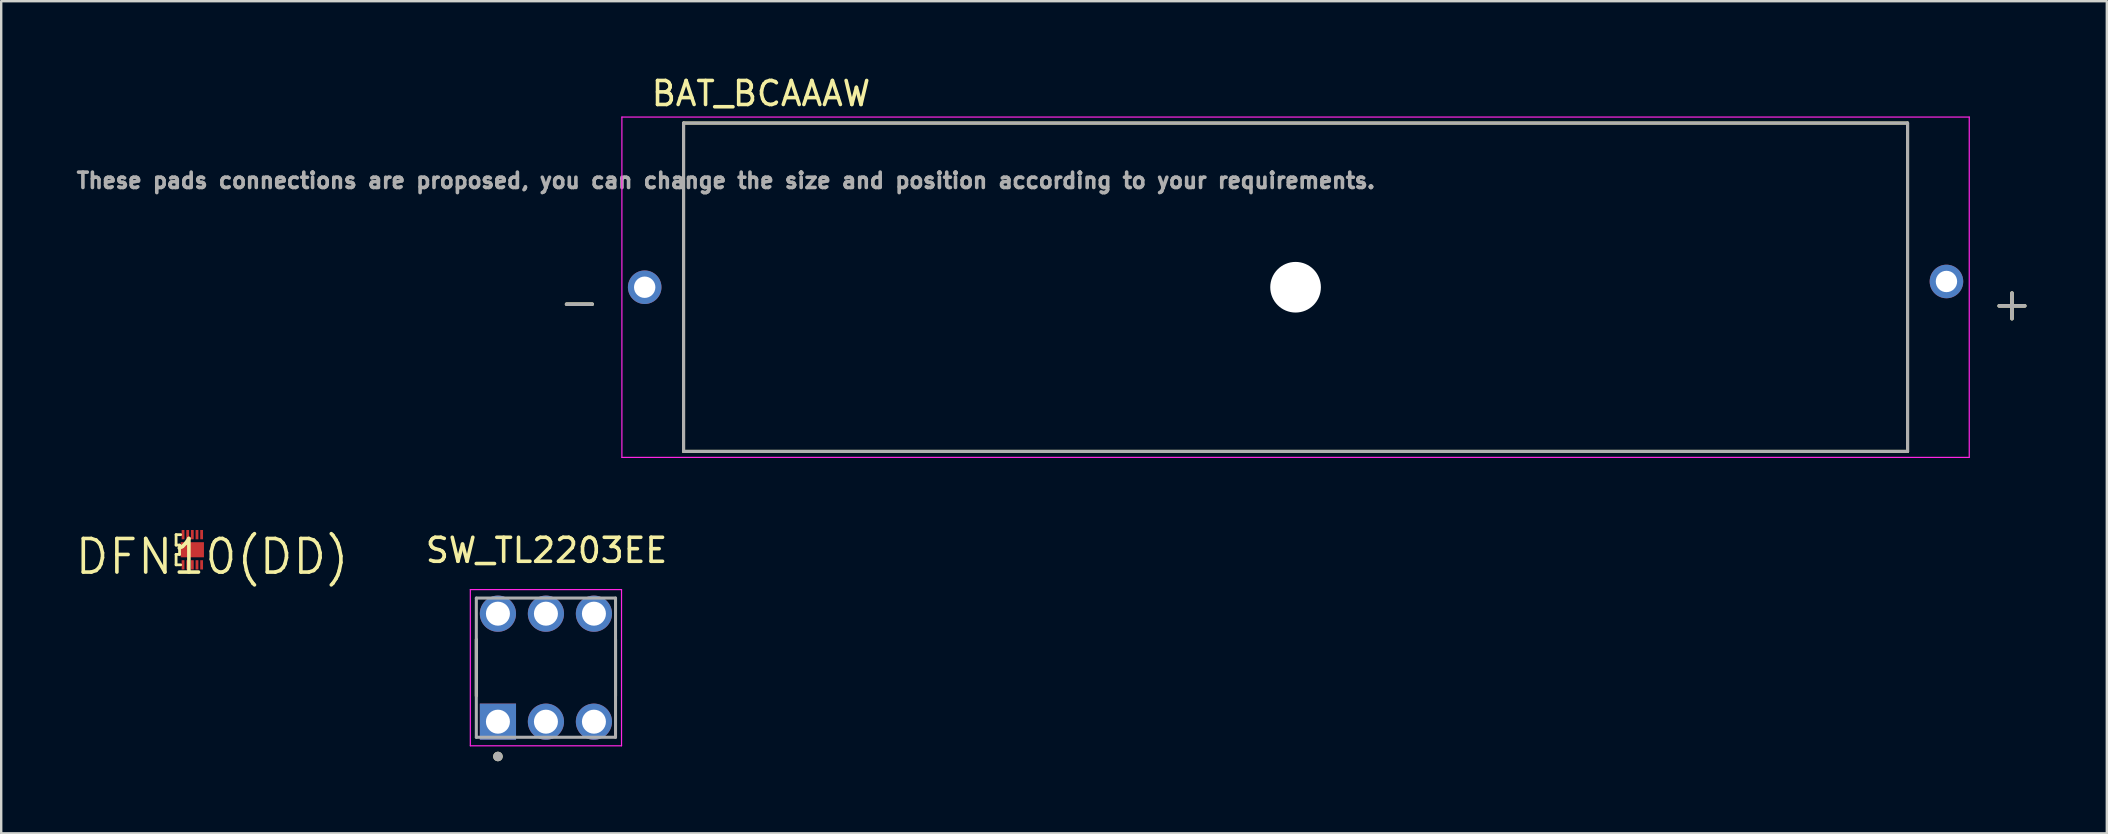
<source format=kicad_pcb>
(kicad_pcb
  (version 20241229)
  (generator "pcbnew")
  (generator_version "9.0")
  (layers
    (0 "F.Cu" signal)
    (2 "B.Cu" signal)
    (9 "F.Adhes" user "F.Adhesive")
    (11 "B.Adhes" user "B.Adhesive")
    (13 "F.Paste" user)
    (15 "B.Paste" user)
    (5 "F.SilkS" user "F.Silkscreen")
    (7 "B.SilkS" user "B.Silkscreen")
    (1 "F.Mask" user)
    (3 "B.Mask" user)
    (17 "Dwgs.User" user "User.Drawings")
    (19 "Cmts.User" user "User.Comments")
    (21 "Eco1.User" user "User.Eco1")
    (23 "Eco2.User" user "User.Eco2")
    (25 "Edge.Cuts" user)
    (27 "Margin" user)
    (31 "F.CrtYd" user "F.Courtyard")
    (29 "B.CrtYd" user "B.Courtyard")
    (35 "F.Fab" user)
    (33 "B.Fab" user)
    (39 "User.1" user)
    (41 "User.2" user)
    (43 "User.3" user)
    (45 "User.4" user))
  (footprint "DFN10(DD)"
    (layer "F.Cu")
    (at 4.964 19.856)
    (property "Reference" "DFN10(DD)" (at 0.823 0.29 0) (layer "F.SilkS") (effects (font (size 1.4 1.4) (thickness 0.15))))
    (attr through_hole)
    (fp_line (start -0.677 -0.629) (end -0.677 -0.194) (stroke (width 0.116) (type solid)) (layer "F.SilkS"))
    (fp_line (start -0.677 -0.194) (end -0.532 -0.194) (stroke (width 0.116) (type solid)) (layer "F.SilkS"))
    (fp_line (start -0.677 0.194) (end -0.677 0.629) (stroke (width 0.116) (type solid)) (layer "F.SilkS"))
    (fp_line (start -0.677 0.629) (end -0.484 0.629) (stroke (width 0.116) (type solid)) (layer "F.SilkS"))
    (fp_line (start -0.532 -0.194) (end -0.532 0.194) (stroke (width 0.116) (type solid)) (layer "F.SilkS"))
    (fp_line (start -0.532 0.194) (end -0.677 0.194) (stroke (width 0.116) (type solid)) (layer "F.SilkS"))
    (fp_line (start -0.484 -0.629) (end -0.677 -0.629) (stroke (width 0.116) (type solid)) (layer "F.SilkS"))
    (pad "1" smd rect (at -0.387 0.629 90) (size 0.387 0.116) (layers "F.Cu" "F.Mask" "F.Paste"))
    (pad "2" smd rect (at -0.194 0.629 90) (size 0.387 0.116) (layers "F.Cu" "F.Mask" "F.Paste"))
    (pad "3" smd rect (at 0 0.629 90) (size 0.387 0.116) (layers "F.Cu" "F.Mask" "F.Paste"))
    (pad "4" smd rect (at 0.194 0.629 90) (size 0.387 0.116) (layers "F.Cu" "F.Mask" "F.Paste"))
    (pad "5" smd rect (at 0.387 0.629 90) (size 0.387 0.116) (layers "F.Cu" "F.Mask" "F.Paste"))
    (pad "6" smd rect (at 0.387 -0.629 90) (size 0.387 0.116) (layers "F.Cu" "F.Mask" "F.Paste"))
    (pad "7" smd rect (at 0.194 -0.629 90) (size 0.387 0.116) (layers "F.Cu" "F.Mask" "F.Paste"))
    (pad "8" smd rect (at 0 -0.629 90) (size 0.387 0.116) (layers "F.Cu" "F.Mask" "F.Paste"))
    (pad "9" smd rect (at -0.194 -0.629 90) (size 0.387 0.116) (layers "F.Cu" "F.Mask" "F.Paste"))
    (pad "10" smd rect (at -0.387 -0.629 90) (size 0.387 0.116) (layers "F.Cu" "F.Mask" "F.Paste"))
    (pad "11" smd rect (at 0 0) (size 0.968 0.629) (layers "F.Cu" "F.Mask" "F.Paste")))
  (footprint "BAT_BCAAAW"
    (layer "F.Cu")
    (at 50.932 8.918)
    (property "Reference" "BAT_BCAAAW" (at -22.275 -8.07 0) (layer "F.SilkS") (effects (font (size 1 1) (thickness 0.15))))
    (attr through_hole)
    (fp_line (start -25.5 -6.84) (end -25.5 6.84) (stroke (width 0.127) (type solid)) (layer "F.SilkS"))
    (fp_line (start -25.5 6.84) (end 25.5 6.84) (stroke (width 0.127) (type solid)) (layer "F.SilkS"))
    (fp_line (start 25.5 -6.84) (end -25.5 -6.84) (stroke (width 0.127) (type solid)) (layer "F.SilkS"))
    (fp_line (start 25.5 6.84) (end 25.5 -6.84) (stroke (width 0.127) (type solid)) (layer "F.SilkS"))
    (fp_line (start -28.07 -7.09) (end -28.07 7.09) (stroke (width 0.05) (type solid)) (layer "F.CrtYd"))
    (fp_line (start -28.07 7.09) (end 28.07 7.09) (stroke (width 0.05) (type solid)) (layer "F.CrtYd"))
    (fp_line (start 28.07 -7.09) (end -28.07 -7.09) (stroke (width 0.05) (type solid)) (layer "F.CrtYd"))
    (fp_line (start 28.07 7.09) (end 28.07 -7.09) (stroke (width 0.05) (type solid)) (layer "F.CrtYd"))
    (fp_line (start -25.5 -6.84) (end -25.5 6.84) (stroke (width 0.127) (type solid)) (layer "F.Fab"))
    (fp_line (start -25.5 6.84) (end 25.5 6.84) (stroke (width 0.127) (type solid)) (layer "F.Fab"))
    (fp_line (start 25.5 -6.84) (end -25.5 -6.84) (stroke (width 0.127) (type solid)) (layer "F.Fab"))
    (fp_line (start 25.5 6.84) (end 25.5 -6.84) (stroke (width 0.127) (type solid)) (layer "F.Fab"))
    (fp_text user "+" (at 29.85 0.67 0) (layer "F.SilkS") (effects (font (size 1.4 1.4) (thickness 0.15))))
    (fp_text user "-" (at -29.84 0.6 0) (layer "F.SilkS") (effects (font (size 1.4 1.4) (thickness 0.15))))
    (fp_text user "These pads connections are proposed, you can change the size and position according to your requirements. " (at -23.495 -4.445 0) (layer "F.Fab") (effects (font (size 0.64 0.64) (thickness 0.15))))
    (fp_text user "+" (at 29.85 0.67 0) (layer "F.Fab") (effects (font (size 1.4 1.4) (thickness 0.15))))
    (fp_text user "-" (at -29.84 0.6 0) (layer "F.Fab") (effects (font (size 1.4 1.4) (thickness 0.15))))
    (pad "" np_thru_hole circle (at 0 0) (size 2.11 2.11) (drill 2.11) (layers "*.Cu" "*.Mask"))
    (pad "1" thru_hole circle (at 27.12 -0.24) (size 1.398 1.398) (drill 0.89) (layers "*.Cu" "*.Mask"))
    (pad "2" thru_hole circle (at -27.12 0) (size 1.398 1.398) (drill 0.89) (layers "*.Cu" "*.Mask")))
  (footprint "SW_TL2203EE"
    (layer "F.Cu")
    (at 19.697 24.77)
    (property "Reference" "SW_TL2203EE" (at 0.025 -4.889 0) (layer "F.SilkS") (effects (font (size 1 1) (thickness 0.15))))
    (attr through_hole)
    (fp_line (start -2.9 -1.176) (end -2.9 1.176) (stroke (width 0.127) (type solid)) (layer "F.SilkS"))
    (fp_line (start 2.9 -1.176) (end 2.9 1.176) (stroke (width 0.127) (type solid)) (layer "F.SilkS"))
    (fp_circle (center -2 3.7) (end -1.9 3.7) (stroke (width 0.2) (type solid)) (fill no) (layer "F.SilkS"))
    (fp_line (start -3.15 -3.254) (end -3.15 3.254) (stroke (width 0.05) (type solid)) (layer "F.CrtYd"))
    (fp_line (start -3.15 3.254) (end 3.15 3.254) (stroke (width 0.05) (type solid)) (layer "F.CrtYd"))
    (fp_line (start 3.15 -3.254) (end -3.15 -3.254) (stroke (width 0.05) (type solid)) (layer "F.CrtYd"))
    (fp_line (start 3.15 3.254) (end 3.15 -3.254) (stroke (width 0.05) (type solid)) (layer "F.CrtYd"))
    (fp_line (start -2.9 -2.9) (end 2.9 -2.9) (stroke (width 0.127) (type solid)) (layer "F.Fab"))
    (fp_line (start -2.9 2.9) (end -2.9 -2.9) (stroke (width 0.127) (type solid)) (layer "F.Fab"))
    (fp_line (start 2.9 -2.9) (end 2.9 2.9) (stroke (width 0.127) (type solid)) (layer "F.Fab"))
    (fp_line (start 2.9 2.9) (end -2.9 2.9) (stroke (width 0.127) (type solid)) (layer "F.Fab"))
    (fp_circle (center -2 3.7) (end -1.9 3.7) (stroke (width 0.2) (type solid)) (fill no) (layer "F.Fab"))
    (pad "1" thru_hole rect (at -2 2.25) (size 1.508 1.508) (drill 1) (layers "*.Cu" "*.Mask"))
    (pad "2" thru_hole circle (at 0 2.25) (size 1.508 1.508) (drill 1) (layers "*.Cu" "*.Mask"))
    (pad "3" thru_hole circle (at 2 2.25) (size 1.508 1.508) (drill 1) (layers "*.Cu" "*.Mask"))
    (pad "4" thru_hole circle (at -2 -2.25) (size 1.508 1.508) (drill 1) (layers "*.Cu" "*.Mask"))
    (pad "5" thru_hole circle (at 0 -2.25) (size 1.508 1.508) (drill 1) (layers "*.Cu" "*.Mask"))
    (pad "6" thru_hole circle (at 2 -2.25) (size 1.508 1.508) (drill 1) (layers "*.Cu" "*.Mask")))
  (gr_rect
    (start -3 -3)
    (end 84.734 31.671)
    (stroke (width 0.1) (type default))
    (fill no)
    (layer "Edge.Cuts")))
</source>
